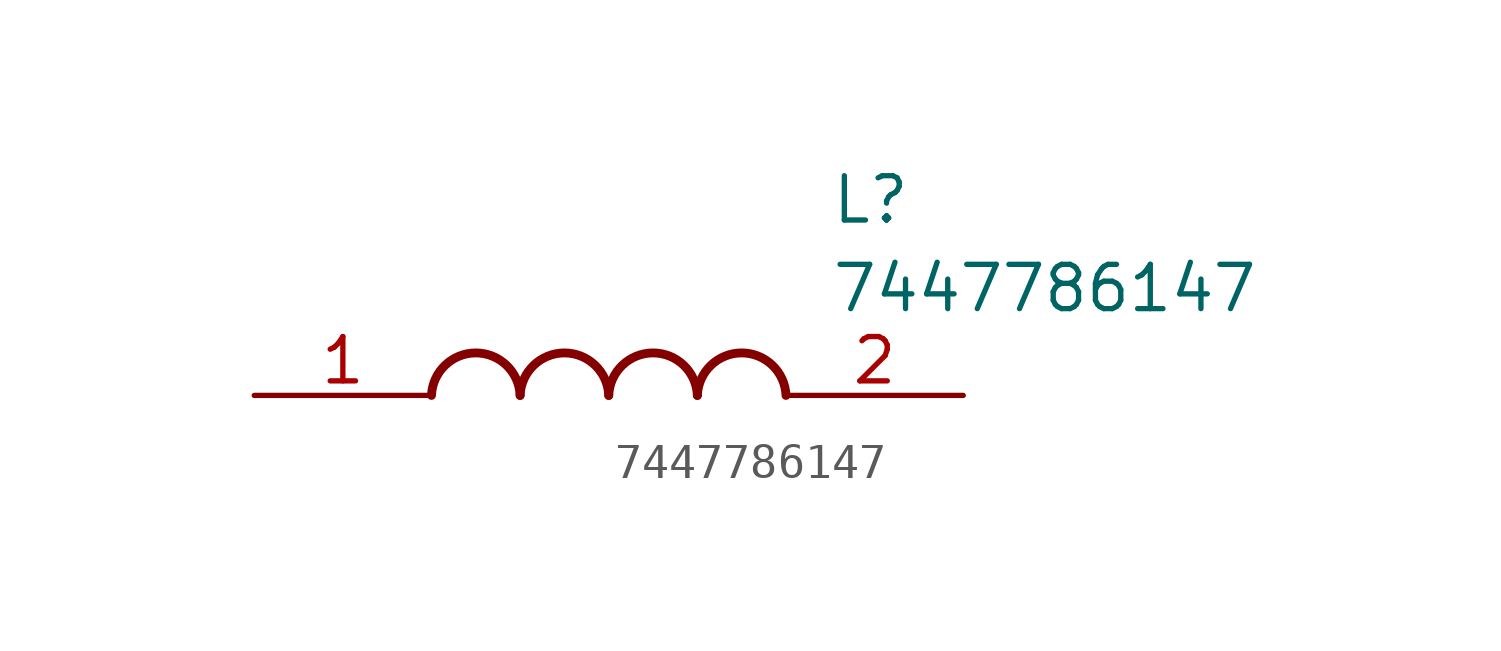
<source format=kicad_sym>
(kicad_symbol_lib
  (version 20211014)
  (generator SamacSys_ECAD_Model)
  (symbol "7447786147"
    (pin_names hide)
    (property "Reference" "L"
      (at 16.51 6.35 0)
      (effects (font (size 1.27 1.27)) (justify left top)))
    (property "Value" "7447786147"
      (at 16.51 3.81 0)
      (effects (font (size 1.27 1.27)) (justify left top)))
    (arc
      (start 7.62 0)
      (mid 6.35 1.219)
      (end 5.08 0)
      (stroke (width 0.254) (type default))
      (fill (type none)))
    (arc
      (start 10.16 0)
      (mid 8.89 1.219)
      (end 7.62 0)
      (stroke (width 0.254) (type default))
      (fill (type none)))
    (arc
      (start 12.7 0)
      (mid 11.43 1.219)
      (end 10.16 0)
      (stroke (width 0.254) (type default))
      (fill (type none)))
    (arc
      (start 15.24 0)
      (mid 13.97 1.219)
      (end 12.7 0)
      (stroke (width 0.254) (type default))
      (fill (type none)))
    (pin passive line
      (at 0 0 0)
      (length 5.08)
      (name "1" (effects (font (size 1.27 1.27))))
      (number "1" (effects (font (size 1.27 1.27)))))
    (pin passive line
      (at 20.32 0 180)
      (length 5.08)
      (name "2" (effects (font (size 1.27 1.27))))
      (number "2" (effects (font (size 1.27 1.27)))))))
</source>
